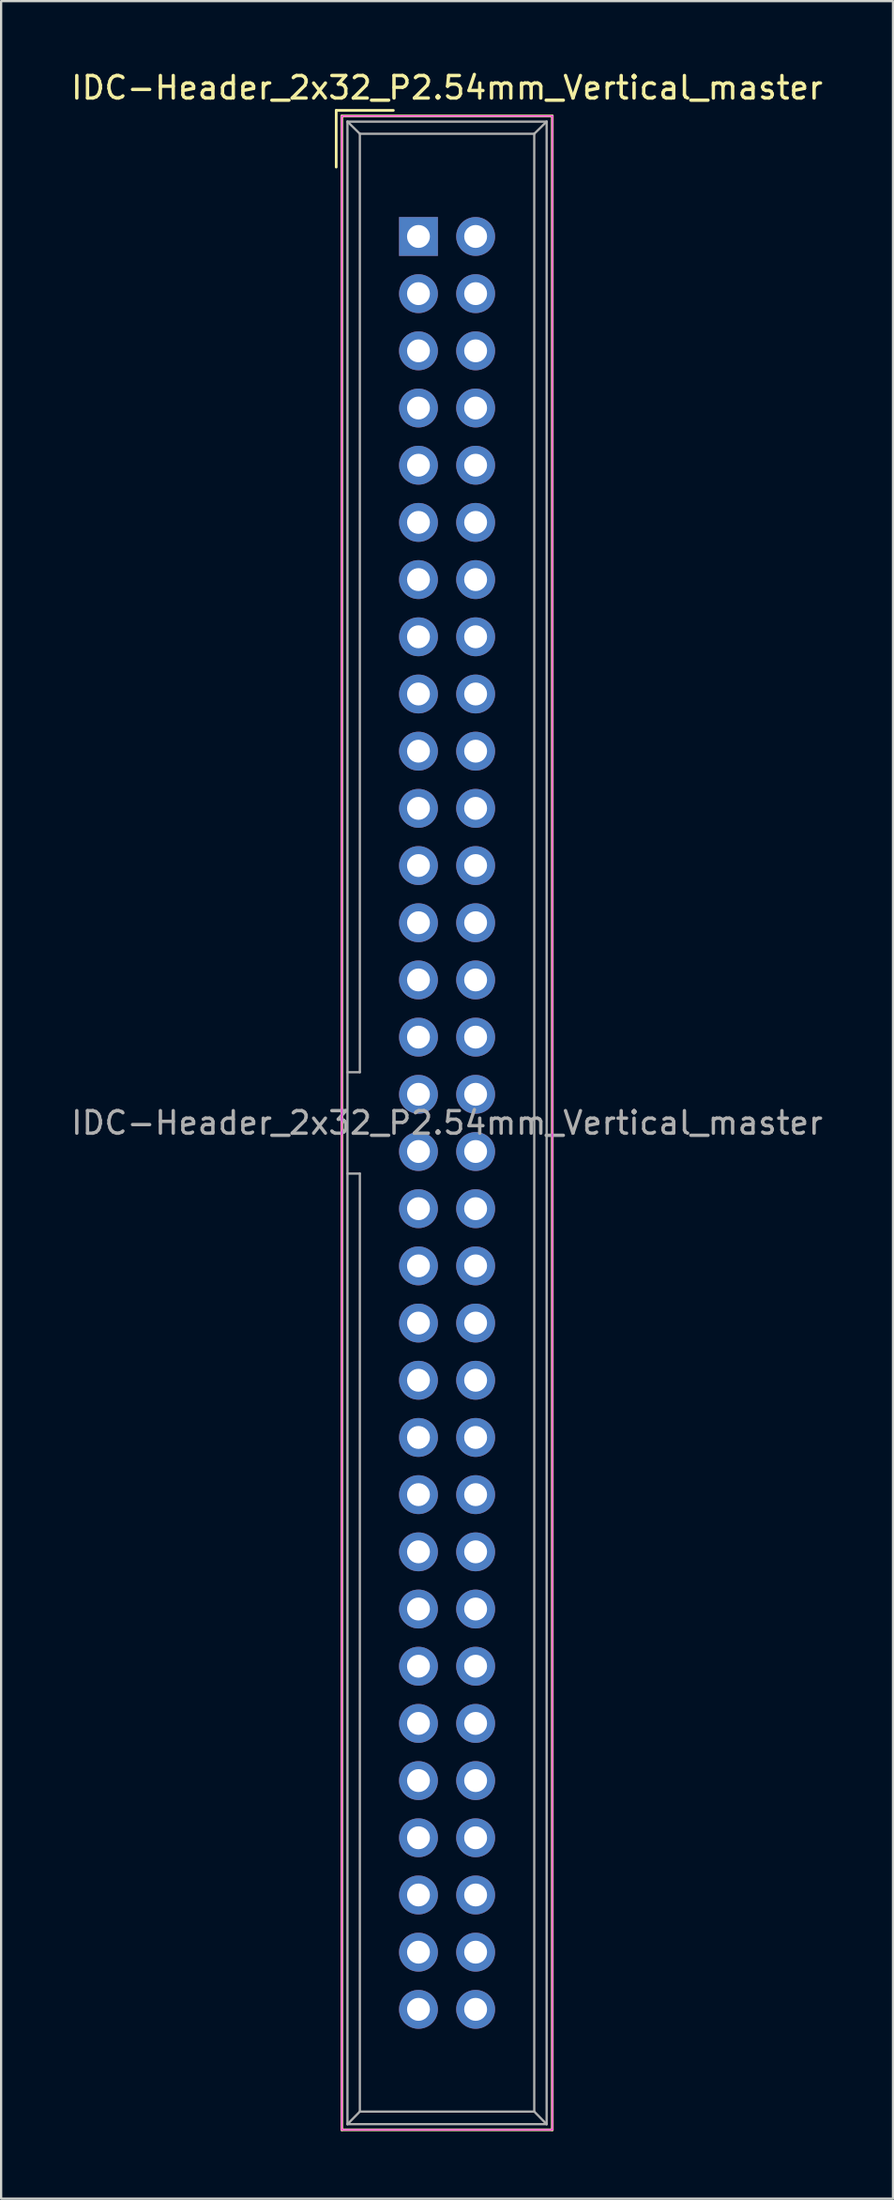
<source format=kicad_pcb>
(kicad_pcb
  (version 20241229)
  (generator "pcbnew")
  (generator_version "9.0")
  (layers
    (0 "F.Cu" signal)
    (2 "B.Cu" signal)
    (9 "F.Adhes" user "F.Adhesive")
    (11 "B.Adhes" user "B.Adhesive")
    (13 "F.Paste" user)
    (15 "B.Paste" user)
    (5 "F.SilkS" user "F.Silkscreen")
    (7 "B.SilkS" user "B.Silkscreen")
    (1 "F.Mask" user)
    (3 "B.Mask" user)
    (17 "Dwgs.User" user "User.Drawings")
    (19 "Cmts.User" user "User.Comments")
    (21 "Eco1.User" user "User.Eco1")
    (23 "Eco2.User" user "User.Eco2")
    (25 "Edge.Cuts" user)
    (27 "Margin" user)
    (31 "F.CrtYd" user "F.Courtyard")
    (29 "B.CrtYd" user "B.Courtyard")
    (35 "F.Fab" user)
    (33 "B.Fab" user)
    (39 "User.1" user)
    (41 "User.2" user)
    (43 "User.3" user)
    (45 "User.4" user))
  (footprint "IDC-Header_2x32_P2.54mm_Vertical_master"
    (layer "F.Cu")
    (at 15.545 7.452)
    (property "Reference" "IDC-Header_2x32_P2.54mm_Vertical_master" (at 1.27 -6.604 0) (layer "F.SilkS") (effects (font (size 1 1) (thickness 0.15))))
    (attr through_hole)
    (fp_line (start -3.655 -5.6) (end -3.655 -3.08) (stroke (width 0.12) (type solid)) (layer "F.SilkS"))
    (fp_line (start -3.655 -5.6) (end -1.115 -5.6) (stroke (width 0.12) (type solid)) (layer "F.SilkS"))
    (fp_line (start -3.405 -5.35) (end 5.945 -5.35) (stroke (width 0.12) (type solid)) (layer "F.SilkS"))
    (fp_line (start -3.405 84.09) (end -3.405 -5.35) (stroke (width 0.12) (type solid)) (layer "F.SilkS"))
    (fp_line (start 5.945 -5.35) (end 5.945 84.09) (stroke (width 0.12) (type solid)) (layer "F.SilkS"))
    (fp_line (start 5.945 84.09) (end -3.405 84.09) (stroke (width 0.12) (type solid)) (layer "F.SilkS"))
    (fp_line (start -3.41 -5.35) (end 5.95 -5.35) (stroke (width 0.05) (type solid)) (layer "F.CrtYd"))
    (fp_line (start -3.41 84.09) (end -3.41 -5.35) (stroke (width 0.05) (type solid)) (layer "F.CrtYd"))
    (fp_line (start 5.95 -5.35) (end 5.95 84.09) (stroke (width 0.05) (type solid)) (layer "F.CrtYd"))
    (fp_line (start 5.95 84.09) (end -3.41 84.09) (stroke (width 0.05) (type solid)) (layer "F.CrtYd"))
    (fp_line (start -3.155 -5.1) (end -3.155 83.84) (stroke (width 0.1) (type solid)) (layer "F.Fab"))
    (fp_line (start -3.155 -5.1) (end -2.605 -4.56) (stroke (width 0.1) (type solid)) (layer "F.Fab"))
    (fp_line (start -3.155 83.84) (end -2.605 83.28) (stroke (width 0.1) (type solid)) (layer "F.Fab"))
    (fp_line (start -2.605 -4.56) (end -2.605 37.12) (stroke (width 0.1) (type solid)) (layer "F.Fab"))
    (fp_line (start -2.605 37.12) (end -3.155 37.12) (stroke (width 0.1) (type solid)) (layer "F.Fab"))
    (fp_line (start -2.605 41.62) (end -3.155 41.62) (stroke (width 0.1) (type solid)) (layer "F.Fab"))
    (fp_line (start -2.605 41.62) (end -2.605 83.28) (stroke (width 0.1) (type solid)) (layer "F.Fab"))
    (fp_line (start 5.145 -4.56) (end -2.605 -4.56) (stroke (width 0.1) (type solid)) (layer "F.Fab"))
    (fp_line (start 5.145 -4.56) (end 5.145 83.28) (stroke (width 0.1) (type solid)) (layer "F.Fab"))
    (fp_line (start 5.145 83.28) (end -2.605 83.28) (stroke (width 0.1) (type solid)) (layer "F.Fab"))
    (fp_line (start 5.695 -5.1) (end -3.155 -5.1) (stroke (width 0.1) (type solid)) (layer "F.Fab"))
    (fp_line (start 5.695 -5.1) (end 5.145 -4.56) (stroke (width 0.1) (type solid)) (layer "F.Fab"))
    (fp_line (start 5.695 -5.1) (end 5.695 83.84) (stroke (width 0.1) (type solid)) (layer "F.Fab"))
    (fp_line (start 5.695 83.84) (end -3.155 83.84) (stroke (width 0.1) (type solid)) (layer "F.Fab"))
    (fp_line (start 5.695 83.84) (end 5.145 83.28) (stroke (width 0.1) (type solid)) (layer "F.Fab"))
    (fp_text user "${REFERENCE}" (at 1.27 39.37 0) (layer "F.Fab") (effects (font (size 1 1) (thickness 0.15))))
    (pad "1" thru_hole rect (at 0 0) (size 1.727 1.727) (drill 1.016) (layers "*.Cu" "*.Mask"))
    (pad "2" thru_hole oval (at 2.54 0) (size 1.727 1.727) (drill 1.016) (layers "*.Cu" "*.Mask"))
    (pad "3" thru_hole oval (at 0 2.54) (size 1.727 1.727) (drill 1.016) (layers "*.Cu" "*.Mask"))
    (pad "4" thru_hole oval (at 2.54 2.54) (size 1.727 1.727) (drill 1.016) (layers "*.Cu" "*.Mask"))
    (pad "5" thru_hole oval (at 0 5.08) (size 1.727 1.727) (drill 1.016) (layers "*.Cu" "*.Mask"))
    (pad "6" thru_hole oval (at 2.54 5.08) (size 1.727 1.727) (drill 1.016) (layers "*.Cu" "*.Mask"))
    (pad "7" thru_hole oval (at 0 7.62) (size 1.727 1.727) (drill 1.016) (layers "*.Cu" "*.Mask"))
    (pad "8" thru_hole oval (at 2.54 7.62) (size 1.727 1.727) (drill 1.016) (layers "*.Cu" "*.Mask"))
    (pad "9" thru_hole oval (at 0 10.16) (size 1.727 1.727) (drill 1.016) (layers "*.Cu" "*.Mask"))
    (pad "10" thru_hole oval (at 2.54 10.16) (size 1.727 1.727) (drill 1.016) (layers "*.Cu" "*.Mask"))
    (pad "11" thru_hole oval (at 0 12.7) (size 1.727 1.727) (drill 1.016) (layers "*.Cu" "*.Mask"))
    (pad "12" thru_hole oval (at 2.54 12.7) (size 1.727 1.727) (drill 1.016) (layers "*.Cu" "*.Mask"))
    (pad "13" thru_hole oval (at 0 15.24) (size 1.727 1.727) (drill 1.016) (layers "*.Cu" "*.Mask"))
    (pad "14" thru_hole oval (at 2.54 15.24) (size 1.727 1.727) (drill 1.016) (layers "*.Cu" "*.Mask"))
    (pad "15" thru_hole oval (at 0 17.78) (size 1.727 1.727) (drill 1.016) (layers "*.Cu" "*.Mask"))
    (pad "16" thru_hole oval (at 2.54 17.78) (size 1.727 1.727) (drill 1.016) (layers "*.Cu" "*.Mask"))
    (pad "17" thru_hole oval (at 0 20.32) (size 1.727 1.727) (drill 1.016) (layers "*.Cu" "*.Mask"))
    (pad "18" thru_hole oval (at 2.54 20.32) (size 1.727 1.727) (drill 1.016) (layers "*.Cu" "*.Mask"))
    (pad "19" thru_hole oval (at 0 22.86) (size 1.727 1.727) (drill 1.016) (layers "*.Cu" "*.Mask"))
    (pad "20" thru_hole oval (at 2.54 22.86) (size 1.727 1.727) (drill 1.016) (layers "*.Cu" "*.Mask"))
    (pad "21" thru_hole oval (at 0 25.4) (size 1.727 1.727) (drill 1.016) (layers "*.Cu" "*.Mask"))
    (pad "22" thru_hole oval (at 2.54 25.4) (size 1.727 1.727) (drill 1.016) (layers "*.Cu" "*.Mask"))
    (pad "23" thru_hole oval (at 0 27.94) (size 1.727 1.727) (drill 1.016) (layers "*.Cu" "*.Mask"))
    (pad "24" thru_hole oval (at 2.54 27.94) (size 1.727 1.727) (drill 1.016) (layers "*.Cu" "*.Mask"))
    (pad "25" thru_hole oval (at 0 30.48) (size 1.727 1.727) (drill 1.016) (layers "*.Cu" "*.Mask"))
    (pad "26" thru_hole oval (at 2.54 30.48) (size 1.727 1.727) (drill 1.016) (layers "*.Cu" "*.Mask"))
    (pad "27" thru_hole oval (at 0 33.02) (size 1.727 1.727) (drill 1.016) (layers "*.Cu" "*.Mask"))
    (pad "28" thru_hole oval (at 2.54 33.02) (size 1.727 1.727) (drill 1.016) (layers "*.Cu" "*.Mask"))
    (pad "29" thru_hole oval (at 0 35.56) (size 1.727 1.727) (drill 1.016) (layers "*.Cu" "*.Mask"))
    (pad "30" thru_hole oval (at 2.54 35.56) (size 1.727 1.727) (drill 1.016) (layers "*.Cu" "*.Mask"))
    (pad "31" thru_hole oval (at 0 38.1) (size 1.727 1.727) (drill 1.016) (layers "*.Cu" "*.Mask"))
    (pad "32" thru_hole oval (at 2.54 38.1) (size 1.727 1.727) (drill 1.016) (layers "*.Cu" "*.Mask"))
    (pad "33" thru_hole oval (at 0 40.64) (size 1.727 1.727) (drill 1.016) (layers "*.Cu" "*.Mask"))
    (pad "34" thru_hole oval (at 2.54 40.64) (size 1.727 1.727) (drill 1.016) (layers "*.Cu" "*.Mask"))
    (pad "35" thru_hole oval (at 0 43.18) (size 1.727 1.727) (drill 1.016) (layers "*.Cu" "*.Mask"))
    (pad "36" thru_hole oval (at 2.54 43.18) (size 1.727 1.727) (drill 1.016) (layers "*.Cu" "*.Mask"))
    (pad "37" thru_hole oval (at 0 45.72) (size 1.727 1.727) (drill 1.016) (layers "*.Cu" "*.Mask"))
    (pad "38" thru_hole oval (at 2.54 45.72) (size 1.727 1.727) (drill 1.016) (layers "*.Cu" "*.Mask"))
    (pad "39" thru_hole oval (at 0 48.26) (size 1.727 1.727) (drill 1.016) (layers "*.Cu" "*.Mask"))
    (pad "40" thru_hole oval (at 2.54 48.26) (size 1.727 1.727) (drill 1.016) (layers "*.Cu" "*.Mask"))
    (pad "41" thru_hole oval (at 0 50.8) (size 1.727 1.727) (drill 1.016) (layers "*.Cu" "*.Mask"))
    (pad "42" thru_hole oval (at 2.54 50.8) (size 1.727 1.727) (drill 1.016) (layers "*.Cu" "*.Mask"))
    (pad "43" thru_hole oval (at 0 53.34) (size 1.727 1.727) (drill 1.016) (layers "*.Cu" "*.Mask"))
    (pad "44" thru_hole oval (at 2.54 53.34) (size 1.727 1.727) (drill 1.016) (layers "*.Cu" "*.Mask"))
    (pad "45" thru_hole oval (at 0 55.88) (size 1.727 1.727) (drill 1.016) (layers "*.Cu" "*.Mask"))
    (pad "46" thru_hole oval (at 2.54 55.88) (size 1.727 1.727) (drill 1.016) (layers "*.Cu" "*.Mask"))
    (pad "47" thru_hole oval (at 0 58.42) (size 1.727 1.727) (drill 1.016) (layers "*.Cu" "*.Mask"))
    (pad "48" thru_hole oval (at 2.54 58.42) (size 1.727 1.727) (drill 1.016) (layers "*.Cu" "*.Mask"))
    (pad "49" thru_hole oval (at 0 60.96) (size 1.727 1.727) (drill 1.016) (layers "*.Cu" "*.Mask"))
    (pad "50" thru_hole oval (at 2.54 60.96) (size 1.727 1.727) (drill 1.016) (layers "*.Cu" "*.Mask"))
    (pad "51" thru_hole oval (at 0 63.5) (size 1.727 1.727) (drill 1.016) (layers "*.Cu" "*.Mask"))
    (pad "52" thru_hole oval (at 2.54 63.5) (size 1.727 1.727) (drill 1.016) (layers "*.Cu" "*.Mask"))
    (pad "53" thru_hole oval (at 0 66.04) (size 1.727 1.727) (drill 1.016) (layers "*.Cu" "*.Mask"))
    (pad "54" thru_hole oval (at 2.54 66.04) (size 1.727 1.727) (drill 1.016) (layers "*.Cu" "*.Mask"))
    (pad "55" thru_hole oval (at 0 68.58) (size 1.727 1.727) (drill 1.016) (layers "*.Cu" "*.Mask"))
    (pad "56" thru_hole oval (at 2.54 68.58) (size 1.727 1.727) (drill 1.016) (layers "*.Cu" "*.Mask"))
    (pad "57" thru_hole oval (at 0 71.12) (size 1.727 1.727) (drill 1.016) (layers "*.Cu" "*.Mask"))
    (pad "58" thru_hole oval (at 2.54 71.12) (size 1.727 1.727) (drill 1.016) (layers "*.Cu" "*.Mask"))
    (pad "59" thru_hole oval (at 0 73.66) (size 1.727 1.727) (drill 1.016) (layers "*.Cu" "*.Mask"))
    (pad "60" thru_hole oval (at 2.54 73.66) (size 1.727 1.727) (drill 1.016) (layers "*.Cu" "*.Mask"))
    (pad "61" thru_hole oval (at 0 76.2) (size 1.727 1.727) (drill 1.016) (layers "*.Cu" "*.Mask"))
    (pad "62" thru_hole oval (at 2.54 76.2) (size 1.727 1.727) (drill 1.016) (layers "*.Cu" "*.Mask"))
    (pad "63" thru_hole oval (at 0 78.74) (size 1.727 1.727) (drill 1.016) (layers "*.Cu" "*.Mask"))
    (pad "64" thru_hole oval (at 2.54 78.74) (size 1.727 1.727) (drill 1.016) (layers "*.Cu" "*.Mask")))
  (gr_rect
    (start -3 -3)
    (end 36.631 94.602)
    (stroke (width 0.1) (type default))
    (fill no)
    (layer "Edge.Cuts")))
</source>
